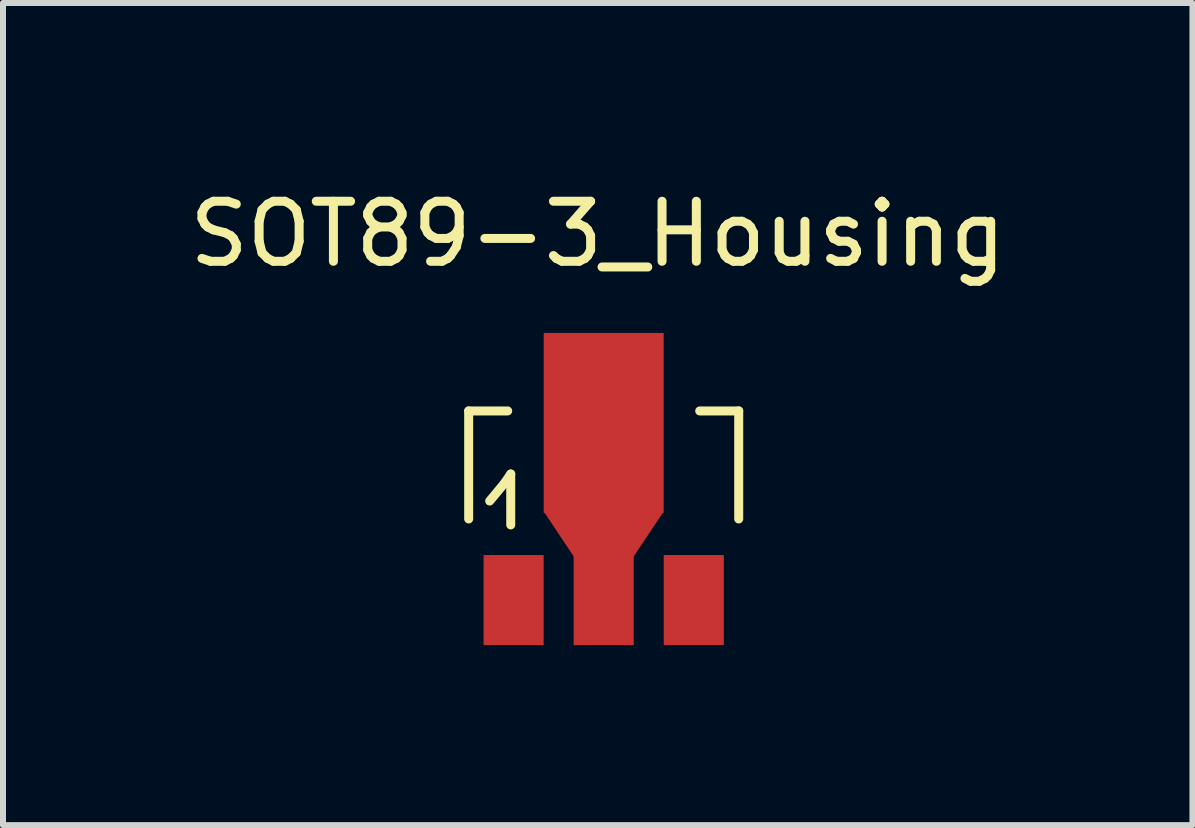
<source format=kicad_pcb>
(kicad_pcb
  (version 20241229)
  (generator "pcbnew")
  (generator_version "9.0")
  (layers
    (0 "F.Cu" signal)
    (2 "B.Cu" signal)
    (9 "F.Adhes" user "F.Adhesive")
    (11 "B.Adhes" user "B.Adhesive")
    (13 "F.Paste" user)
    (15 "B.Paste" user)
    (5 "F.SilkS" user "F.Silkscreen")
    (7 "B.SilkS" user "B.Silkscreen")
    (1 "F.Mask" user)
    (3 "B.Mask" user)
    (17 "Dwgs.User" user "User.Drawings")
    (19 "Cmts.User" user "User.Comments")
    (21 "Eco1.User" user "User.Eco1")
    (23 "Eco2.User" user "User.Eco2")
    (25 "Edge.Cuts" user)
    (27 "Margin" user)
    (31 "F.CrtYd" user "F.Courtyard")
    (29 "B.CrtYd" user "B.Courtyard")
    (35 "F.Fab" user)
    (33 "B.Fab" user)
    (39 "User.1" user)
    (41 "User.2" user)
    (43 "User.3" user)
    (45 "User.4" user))
  (footprint "SOT89-3_Housing"
    (layer "F.Cu")
    (at 7.01 5.098)
    (property "Reference" "SOT89-3_Housing" (at -0.099 -4.249 0) (layer "F.SilkS") (effects (font (size 1 1) (thickness 0.15))))
    (attr smd)
    (fp_line (start -2.25 -1.3) (end -2.25 0.5) (stroke (width 0.15) (type solid)) (layer "F.SilkS"))
    (fp_line (start -2.25 -1.3) (end -1.6 -1.3) (stroke (width 0.15) (type solid)) (layer "F.SilkS"))
    (fp_line (start -1.9 0.201) (end -1.651 -0.099) (stroke (width 0.15) (type solid)) (layer "F.SilkS"))
    (fp_line (start -1.651 -0.099) (end -1.549 -0.249) (stroke (width 0.15) (type solid)) (layer "F.SilkS"))
    (fp_line (start -1.549 -0.249) (end -1.549 0.599) (stroke (width 0.15) (type solid)) (layer "F.SilkS"))
    (fp_line (start 2.25 -1.3) (end 1.6 -1.3) (stroke (width 0.15) (type solid)) (layer "F.SilkS"))
    (fp_line (start 2.25 -1.3) (end 2.25 0.5) (stroke (width 0.15) (type solid)) (layer "F.SilkS"))
    (pad "1" smd rect (at -1.501 1.852) (size 1.001 1.501) (layers "F.Cu" "F.Mask" "F.Paste"))
    (pad "2" smd rect (at 0 -1.1) (size 1.999 3) (layers "F.Cu" "F.Mask" "F.Paste"))
    (pad "2" smd trapezoid (at 0 0.749 180) (size 1.501 0.749) (rect_delta 0 0.5) (layers "F.Cu" "F.Mask" "F.Paste"))
    (pad "2" smd rect (at 0 1.852) (size 1.001 1.501) (layers "F.Cu" "F.Mask" "F.Paste"))
    (pad "3" smd rect (at 1.501 1.852) (size 1.001 1.501) (layers "F.Cu" "F.Mask" "F.Paste")))
  (gr_rect
    (start -3 -3)
    (end 16.821 10.7)
    (stroke (width 0.1) (type default))
    (fill no)
    (layer "Edge.Cuts")))
</source>
